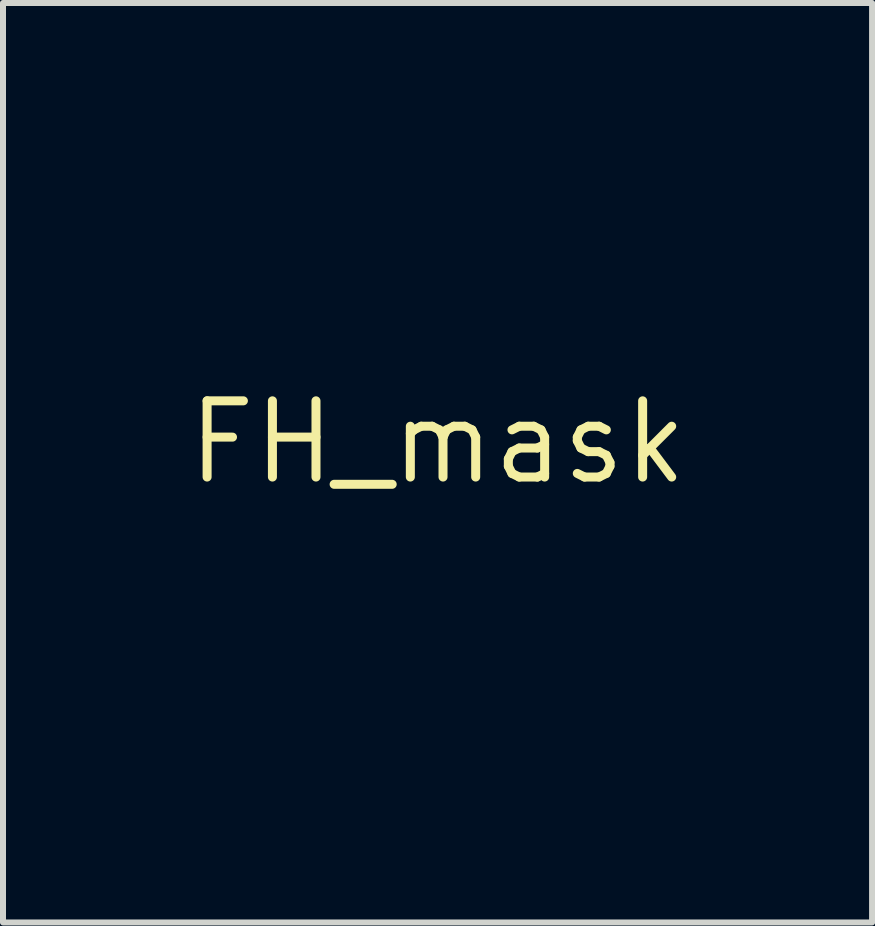
<source format=kicad_pcb>
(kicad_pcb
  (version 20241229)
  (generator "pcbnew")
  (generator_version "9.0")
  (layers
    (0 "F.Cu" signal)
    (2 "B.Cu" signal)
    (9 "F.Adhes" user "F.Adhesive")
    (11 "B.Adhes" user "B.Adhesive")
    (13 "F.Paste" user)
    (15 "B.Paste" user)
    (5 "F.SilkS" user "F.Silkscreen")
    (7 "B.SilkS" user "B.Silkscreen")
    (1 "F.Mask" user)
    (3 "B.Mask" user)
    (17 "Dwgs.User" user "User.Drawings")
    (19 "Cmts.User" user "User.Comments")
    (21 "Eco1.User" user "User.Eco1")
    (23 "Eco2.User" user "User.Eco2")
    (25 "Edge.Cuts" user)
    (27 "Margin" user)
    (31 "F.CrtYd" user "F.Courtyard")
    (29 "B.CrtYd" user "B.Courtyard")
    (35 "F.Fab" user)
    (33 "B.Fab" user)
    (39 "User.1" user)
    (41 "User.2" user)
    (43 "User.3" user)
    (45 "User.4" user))
  (footprint "FH_mask"
    (layer "F.Cu")
    (at 4.241 4.319)
    (property "Reference" "FH_mask" (at 0 0 0) (layer "F.SilkS") (effects (font (size 1.27 1.27) (thickness 0.15))))
    (attr through_hole)
    (fp_poly (pts (xy 2.371 4.255) (xy 2.138 4.255) (xy 2.138 4.995) (xy 1.968 4.995) (xy 1.968 4.255) (xy 1.736 4.255) (xy 1.736 4.106) (xy 2.371 4.106) (xy 2.371 4.255)) (stroke (width 0.01) (type solid)) (fill yes) (layer "F.Mask"))
    (fp_poly (pts (xy -3.471 4.255) (xy -3.852 4.255) (xy -3.852 4.445) (xy -3.556 4.445) (xy -3.556 4.593) (xy -3.852 4.593) (xy -3.852 4.995) (xy -4 4.995) (xy -4 4.106) (xy -3.471 4.106) (xy -3.471 4.255)) (stroke (width 0.01) (type solid)) (fill yes) (layer "F.Mask"))
    (fp_poly (pts (xy -3.154 4.445) (xy -2.731 4.445) (xy -2.731 4.106) (xy -2.561 4.106) (xy -2.561 4.995) (xy -2.731 4.995) (xy -2.731 4.593) (xy -3.154 4.593) (xy -3.154 4.995) (xy -3.323 4.995) (xy -3.323 4.106) (xy -3.154 4.106) (xy -3.154 4.445)) (stroke (width 0.01) (type solid)) (fill yes) (layer "F.Mask"))
    (fp_poly (pts (xy -0.64 3.844) (xy -0.605 3.886) (xy -0.597 3.938) (xy -0.613 3.986) (xy -0.651 4.017) (xy -0.677 4.022) (xy -0.722 4.006) (xy -0.74 3.991) (xy -0.76 3.943) (xy -0.752 3.893) (xy -0.724 3.853) (xy -0.683 3.834) (xy -0.64 3.844)) (stroke (width 0.01) (type solid)) (fill yes) (layer "F.Mask"))
    (fp_poly (pts (xy -0.366 3.848) (xy -0.327 3.89) (xy -0.318 3.926) (xy -0.334 3.976) (xy -0.358 4) (xy -0.411 4.02) (xy -0.451 4.009) (xy -0.475 3.988) (xy -0.502 3.949) (xy -0.508 3.926) (xy -0.493 3.888) (xy -0.459 3.85) (xy -0.423 3.831) (xy -0.42 3.831) (xy -0.366 3.848)) (stroke (width 0.01) (type solid)) (fill yes) (layer "F.Mask"))
    (fp_poly (pts (xy 3.048 4.255) (xy 2.688 4.255) (xy 2.688 4.445) (xy 2.963 4.445) (xy 2.963 4.593) (xy 2.688 4.593) (xy 2.688 4.846) (xy 2.873 4.852) (xy 3.059 4.858) (xy 3.065 4.927) (xy 3.072 4.995) (xy 2.519 4.995) (xy 2.519 4.106) (xy 3.048 4.106) (xy 3.048 4.255)) (stroke (width 0.01) (type solid)) (fill yes) (layer "F.Mask"))
    (fp_poly (pts (xy 0.847 4.995) (xy 0.784 4.995) (xy 0.757 4.992) (xy 0.728 4.977) (xy 0.692 4.948) (xy 0.644 4.9) (xy 0.578 4.828) (xy 0.492 4.728) (xy 0.482 4.718) (xy 0.243 4.44) (xy 0.232 4.995) (xy 0.064 4.995) (xy 0.064 4.106) (xy 0.122 4.108) (xy 0.148 4.113) (xy 0.179 4.132) (xy 0.219 4.167) (xy 0.274 4.224) (xy 0.347 4.307) (xy 0.423 4.396) (xy 0.667 4.684) (xy 0.673 4.395) (xy 0.679 4.106) (xy 0.847 4.106) (xy 0.847 4.995)) (stroke (width 0.01) (type solid)) (fill yes) (layer "F.Mask"))
    (fp_poly (pts (xy -3.472 -1.43) (xy -3.431 -1.41) (xy -3.377 -1.369) (xy -3.308 -1.305) (xy -3.218 -1.218) (xy -3.104 -1.104) (xy -2.984 -0.983) (xy -2.866 -0.866) (xy -2.759 -0.757) (xy -2.666 -0.662) (xy -2.589 -0.584) (xy -2.534 -0.526) (xy -2.503 -0.492) (xy -2.498 -0.485) (xy -2.512 -0.468) (xy -2.554 -0.425) (xy -2.618 -0.36) (xy -2.702 -0.277) (xy -2.801 -0.18) (xy -2.912 -0.072) (xy -2.949 -0.037) (xy -3.4 0.399) (xy -3.489 0.289) (xy -3.624 0.093) (xy -3.722 -0.118) (xy -3.783 -0.339) (xy -3.807 -0.565) (xy -3.793 -0.792) (xy -3.741 -1.013) (xy -3.65 -1.224) (xy -3.617 -1.282) (xy -3.583 -1.339) (xy -3.556 -1.384) (xy -3.53 -1.415) (xy -3.504 -1.431) (xy -3.472 -1.43)) (stroke (width 0.01) (type solid)) (fill yes) (layer "F.Mask"))
    (fp_poly (pts (xy -1.944 4.109) (xy -1.92 4.121) (xy -1.893 4.147) (xy -1.859 4.193) (xy -1.812 4.264) (xy -1.749 4.366) (xy -1.741 4.379) (xy -1.574 4.653) (xy -1.41 4.379) (xy -1.346 4.274) (xy -1.299 4.2) (xy -1.264 4.151) (xy -1.237 4.123) (xy -1.213 4.11) (xy -1.188 4.106) (xy -1.184 4.106) (xy -1.122 4.106) (xy -1.122 4.995) (xy -1.29 4.995) (xy -1.302 4.508) (xy -1.405 4.678) (xy -1.455 4.757) (xy -1.49 4.807) (xy -1.519 4.834) (xy -1.548 4.845) (xy -1.578 4.847) (xy -1.611 4.845) (xy -1.639 4.832) (xy -1.668 4.803) (xy -1.703 4.75) (xy -1.75 4.673) (xy -1.852 4.498) (xy -1.858 4.747) (xy -1.864 4.995) (xy -2.032 4.995) (xy -2.032 4.106) (xy -1.97 4.106) (xy -1.944 4.109)) (stroke (width 0.01) (type solid)) (fill yes) (layer "F.Mask"))
    (fp_poly (pts (xy -0.762 4.389) (xy -0.76 4.535) (xy -0.753 4.644) (xy -0.739 4.724) (xy -0.717 4.779) (xy -0.686 4.817) (xy -0.655 4.837) (xy -0.561 4.867) (xy -0.473 4.854) (xy -0.397 4.807) (xy -0.328 4.745) (xy -0.321 4.426) (xy -0.313 4.106) (xy -0.169 4.106) (xy -0.169 4.435) (xy -0.17 4.577) (xy -0.175 4.684) (xy -0.185 4.764) (xy -0.201 4.823) (xy -0.227 4.869) (xy -0.264 4.91) (xy -0.297 4.94) (xy -0.335 4.968) (xy -0.373 4.984) (xy -0.425 4.993) (xy -0.503 4.995) (xy -0.536 4.995) (xy -0.635 4.992) (xy -0.703 4.983) (xy -0.752 4.965) (xy -0.77 4.955) (xy -0.823 4.916) (xy -0.861 4.874) (xy -0.889 4.821) (xy -0.908 4.751) (xy -0.919 4.657) (xy -0.926 4.531) (xy -0.928 4.44) (xy -0.936 4.106) (xy -0.762 4.106) (xy -0.762 4.389)) (stroke (width 0.01) (type solid)) (fill yes) (layer "F.Mask"))
    (fp_poly (pts (xy 3.545 4.112) (xy 3.646 4.13) (xy 3.717 4.162) (xy 3.765 4.211) (xy 3.777 4.231) (xy 3.809 4.333) (xy 3.8 4.432) (xy 3.751 4.521) (xy 3.708 4.563) (xy 3.654 4.608) (xy 3.806 4.79) (xy 3.867 4.864) (xy 3.916 4.925) (xy 3.948 4.968) (xy 3.958 4.983) (xy 3.939 4.99) (xy 3.891 4.994) (xy 3.858 4.994) (xy 3.757 4.994) (xy 3.609 4.804) (xy 3.531 4.707) (xy 3.473 4.645) (xy 3.433 4.617) (xy 3.407 4.625) (xy 3.393 4.669) (xy 3.387 4.747) (xy 3.387 4.805) (xy 3.387 4.995) (xy 3.217 4.995) (xy 3.217 4.255) (xy 3.387 4.255) (xy 3.387 4.466) (xy 3.473 4.466) (xy 3.539 4.461) (xy 3.592 4.448) (xy 3.6 4.444) (xy 3.634 4.403) (xy 3.641 4.36) (xy 3.627 4.304) (xy 3.583 4.27) (xy 3.504 4.255) (xy 3.473 4.255) (xy 3.387 4.255) (xy 3.217 4.255) (xy 3.217 4.106) (xy 3.409 4.106) (xy 3.545 4.112)) (stroke (width 0.01) (type solid)) (fill yes) (layer "F.Mask"))
    (fp_poly (pts (xy -1.178 -3.711) (xy -1.133 -3.668) (xy -1.062 -3.599) (xy -0.966 -3.506) (xy -0.849 -3.391) (xy -0.712 -3.256) (xy -0.556 -3.103) (xy -0.385 -2.933) (xy -0.2 -2.749) (xy -0.003 -2.552) (xy 0.205 -2.346) (xy 0.402 -2.149) (xy 1.979 -0.572) (xy 1.726 -0.318) (xy 1.613 -0.208) (xy 1.522 -0.125) (xy 1.449 -0.067) (xy 1.388 -0.029) (xy 1.366 -0.019) (xy 1.256 0.015) (xy 1.131 0.033) (xy 1.008 0.033) (xy 0.904 0.015) (xy 0.9 0.014) (xy 0.823 -0.015) (xy 0.749 -0.048) (xy 0.741 -0.052) (xy 0.715 -0.072) (xy 0.662 -0.12) (xy 0.583 -0.193) (xy 0.482 -0.291) (xy 0.359 -0.409) (xy 0.217 -0.547) (xy 0.059 -0.701) (xy -0.113 -0.871) (xy -0.297 -1.053) (xy -0.491 -1.245) (xy -0.693 -1.446) (xy -0.714 -1.468) (xy -2.096 -2.847) (xy -1.656 -3.286) (xy -1.544 -3.397) (xy -1.441 -3.499) (xy -1.351 -3.586) (xy -1.278 -3.655) (xy -1.226 -3.702) (xy -1.199 -3.724) (xy -1.196 -3.725) (xy -1.178 -3.711)) (stroke (width 0.01) (type solid)) (fill yes) (layer "F.Mask"))
    (fp_poly (pts (xy 0.836 0.571) (xy 0.592 0.816) (xy 0.473 0.934) (xy 0.374 1.022) (xy 0.289 1.087) (xy 0.211 1.131) (xy 0.132 1.158) (xy 0.047 1.172) (xy -0.032 1.178) (xy -0.119 1.179) (xy -0.197 1.175) (xy -0.249 1.168) (xy -0.254 1.167) (xy -0.288 1.155) (xy -0.322 1.141) (xy -0.357 1.122) (xy -0.396 1.098) (xy -0.441 1.065) (xy -0.494 1.023) (xy -0.556 0.969) (xy -0.631 0.902) (xy -0.719 0.82) (xy -0.824 0.72) (xy -0.946 0.601) (xy -1.088 0.461) (xy -1.252 0.299) (xy -1.441 0.112) (xy -1.655 -0.102) (xy -1.868 -0.314) (xy -2.068 -0.514) (xy -2.259 -0.705) (xy -2.439 -0.886) (xy -2.607 -1.055) (xy -2.759 -1.209) (xy -2.894 -1.346) (xy -3.01 -1.464) (xy -3.104 -1.56) (xy -3.175 -1.634) (xy -3.221 -1.682) (xy -3.238 -1.703) (xy -3.238 -1.704) (xy -3.224 -1.723) (xy -3.182 -1.768) (xy -3.118 -1.835) (xy -3.034 -1.92) (xy -2.935 -2.018) (xy -2.824 -2.127) (xy -2.787 -2.163) (xy -2.335 -2.6) (xy 0.836 0.571)) (stroke (width 0.01) (type solid)) (fill yes) (layer "F.Mask"))
    (fp_poly (pts (xy 3.397 -1.408) (xy 3.459 -1.318) (xy 3.522 -1.204) (xy 3.579 -1.081) (xy 3.62 -0.967) (xy 3.628 -0.941) (xy 3.67 -0.699) (xy 3.67 -0.462) (xy 3.629 -0.23) (xy 3.545 -0.004) (xy 3.533 0.021) (xy 3.517 0.054) (xy 3.5 0.085) (xy 3.481 0.117) (xy 3.458 0.15) (xy 3.429 0.189) (xy 3.391 0.234) (xy 3.343 0.289) (xy 3.282 0.354) (xy 3.206 0.434) (xy 3.114 0.529) (xy 3.003 0.642) (xy 2.871 0.775) (xy 2.716 0.931) (xy 2.536 1.112) (xy 2.329 1.319) (xy 2.246 1.401) (xy 1.048 2.601) (xy 0.608 2.174) (xy 0.495 2.064) (xy 0.394 1.963) (xy 0.307 1.875) (xy 0.238 1.804) (xy 0.191 1.753) (xy 0.169 1.727) (xy 0.169 1.725) (xy 0.183 1.707) (xy 0.226 1.662) (xy 0.295 1.591) (xy 0.388 1.495) (xy 0.503 1.378) (xy 0.639 1.241) (xy 0.792 1.085) (xy 0.962 0.914) (xy 1.147 0.728) (xy 1.343 0.531) (xy 1.551 0.323) (xy 1.757 0.116) (xy 3.345 -1.471) (xy 3.397 -1.408)) (stroke (width 0.01) (type solid)) (fill yes) (layer "F.Mask"))
    (fp_poly (pts (xy -2.107 0.034) (xy -1.965 0.086) (xy -1.933 0.108) (xy -1.876 0.157) (xy -1.793 0.233) (xy -1.684 0.336) (xy -1.548 0.467) (xy -1.384 0.626) (xy -1.193 0.813) (xy -0.974 1.03) (xy -0.726 1.276) (xy -0.523 1.479) (xy 0.828 2.826) (xy 0.758 2.885) (xy 0.679 2.941) (xy 0.573 3) (xy 0.454 3.055) (xy 0.336 3.101) (xy 0.265 3.122) (xy 0.162 3.14) (xy 0.032 3.149) (xy -0.109 3.151) (xy -0.246 3.145) (xy -0.363 3.13) (xy -0.398 3.123) (xy -0.469 3.101) (xy -0.562 3.065) (xy -0.659 3.022) (xy -0.695 3.005) (xy -0.729 2.988) (xy -0.761 2.971) (xy -0.793 2.952) (xy -0.828 2.929) (xy -0.867 2.899) (xy -0.913 2.861) (xy -0.968 2.812) (xy -1.034 2.75) (xy -1.115 2.674) (xy -1.211 2.58) (xy -1.326 2.468) (xy -1.461 2.334) (xy -1.619 2.177) (xy -1.803 1.994) (xy -2.014 1.784) (xy -2.027 1.77) (xy -3.175 0.626) (xy -2.929 0.379) (xy -2.84 0.291) (xy -2.752 0.212) (xy -2.676 0.146) (xy -2.616 0.101) (xy -2.594 0.087) (xy -2.437 0.031) (xy -2.271 0.014) (xy -2.107 0.034)) (stroke (width 0.01) (type solid)) (fill yes) (layer "F.Mask"))
    (fp_poly (pts (xy 1.43 4.113) (xy 1.502 4.131) (xy 1.558 4.155) (xy 1.586 4.182) (xy 1.587 4.189) (xy 1.575 4.217) (xy 1.549 4.255) (xy 1.515 4.287) (xy 1.483 4.287) (xy 1.466 4.278) (xy 1.407 4.26) (xy 1.338 4.256) (xy 1.279 4.265) (xy 1.253 4.28) (xy 1.232 4.321) (xy 1.228 4.352) (xy 1.235 4.38) (xy 1.263 4.408) (xy 1.319 4.441) (xy 1.383 4.473) (xy 1.493 4.532) (xy 1.567 4.589) (xy 1.61 4.65) (xy 1.628 4.723) (xy 1.63 4.757) (xy 1.624 4.824) (xy 1.601 4.874) (xy 1.558 4.923) (xy 1.518 4.961) (xy 1.483 4.982) (xy 1.438 4.992) (xy 1.371 4.995) (xy 1.33 4.995) (xy 1.233 4.991) (xy 1.162 4.978) (xy 1.102 4.952) (xy 1.095 4.948) (xy 1.047 4.917) (xy 1.019 4.894) (xy 1.016 4.889) (xy 1.03 4.867) (xy 1.063 4.831) (xy 1.065 4.83) (xy 1.114 4.784) (xy 1.196 4.826) (xy 1.292 4.862) (xy 1.37 4.862) (xy 1.425 4.83) (xy 1.46 4.771) (xy 1.454 4.716) (xy 1.406 4.665) (xy 1.317 4.616) (xy 1.283 4.602) (xy 1.173 4.548) (xy 1.102 4.487) (xy 1.065 4.414) (xy 1.058 4.357) (xy 1.075 4.255) (xy 1.126 4.179) (xy 1.208 4.129) (xy 1.321 4.107) (xy 1.355 4.106) (xy 1.43 4.113)) (stroke (width 0.01) (type solid)) (fill yes) (layer "F.Mask"))
    (fp_poly (pts (xy 0.125 -4.303) (xy 0.212 -4.289) (xy 0.307 -4.263) (xy 0.419 -4.224) (xy 0.527 -4.179) (xy 0.55 -4.168) (xy 0.584 -4.151) (xy 0.615 -4.135) (xy 0.646 -4.116) (xy 0.68 -4.093) (xy 0.719 -4.063) (xy 0.764 -4.025) (xy 0.819 -3.977) (xy 0.885 -3.916) (xy 0.964 -3.84) (xy 1.06 -3.747) (xy 1.173 -3.636) (xy 1.307 -3.503) (xy 1.464 -3.348) (xy 1.646 -3.167) (xy 1.854 -2.959) (xy 1.921 -2.892) (xy 3.112 -1.705) (xy 2.875 -1.468) (xy 2.756 -1.351) (xy 2.656 -1.262) (xy 2.57 -1.198) (xy 2.491 -1.154) (xy 2.412 -1.127) (xy 2.325 -1.113) (xy 2.244 -1.107) (xy 2.114 -1.109) (xy 2.015 -1.122) (xy 1.969 -1.136) (xy 1.949 -1.146) (xy 1.921 -1.165) (xy 1.885 -1.193) (xy 1.837 -1.233) (xy 1.776 -1.287) (xy 1.702 -1.357) (xy 1.61 -1.443) (xy 1.501 -1.548) (xy 1.372 -1.673) (xy 1.221 -1.82) (xy 1.047 -1.991) (xy 0.848 -2.187) (xy 0.622 -2.411) (xy 0.461 -2.569) (xy 0.258 -2.771) (xy 0.063 -2.964) (xy -0.121 -3.147) (xy -0.292 -3.317) (xy -0.448 -3.472) (xy -0.587 -3.611) (xy -0.706 -3.731) (xy -0.805 -3.831) (xy -0.88 -3.907) (xy -0.929 -3.958) (xy -0.952 -3.982) (xy -0.953 -3.984) (xy -0.936 -4.006) (xy -0.893 -4.042) (xy -0.833 -4.086) (xy -0.767 -4.13) (xy -0.704 -4.167) (xy -0.698 -4.17) (xy -0.51 -4.246) (xy -0.302 -4.294) (xy -0.086 -4.314) (xy 0.125 -4.303)) (stroke (width 0.01) (type solid)) (fill yes) (layer "F.Mask")))
  (gr_rect
    (start -3 -3)
    (end 11.481 12.32)
    (stroke (width 0.1) (type default))
    (fill no)
    (layer "Edge.Cuts")))
</source>
